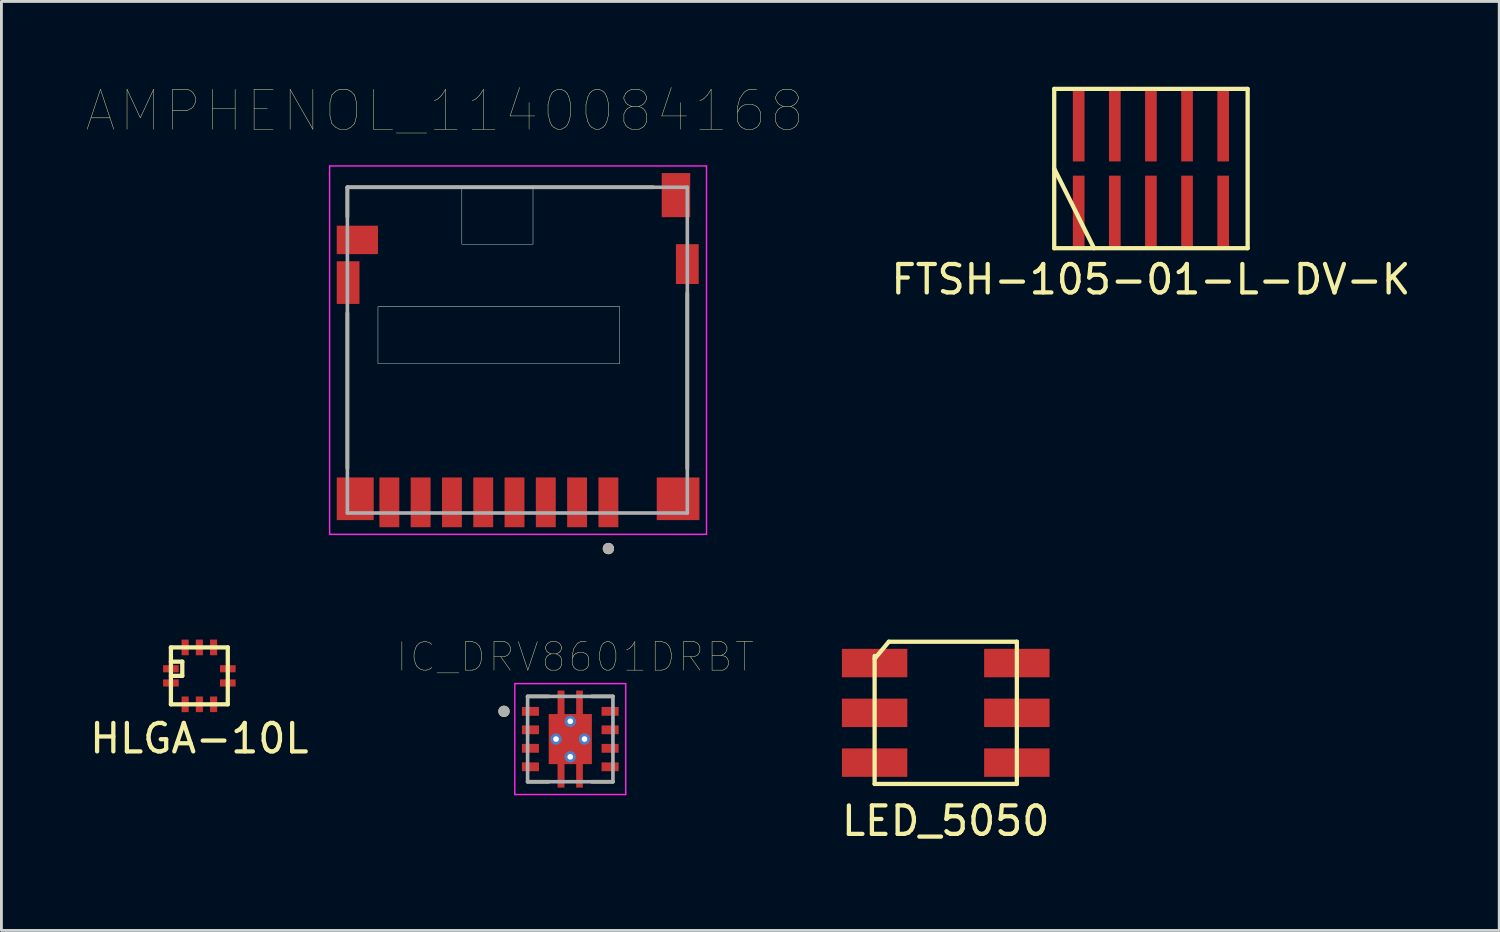
<source format=kicad_pcb>
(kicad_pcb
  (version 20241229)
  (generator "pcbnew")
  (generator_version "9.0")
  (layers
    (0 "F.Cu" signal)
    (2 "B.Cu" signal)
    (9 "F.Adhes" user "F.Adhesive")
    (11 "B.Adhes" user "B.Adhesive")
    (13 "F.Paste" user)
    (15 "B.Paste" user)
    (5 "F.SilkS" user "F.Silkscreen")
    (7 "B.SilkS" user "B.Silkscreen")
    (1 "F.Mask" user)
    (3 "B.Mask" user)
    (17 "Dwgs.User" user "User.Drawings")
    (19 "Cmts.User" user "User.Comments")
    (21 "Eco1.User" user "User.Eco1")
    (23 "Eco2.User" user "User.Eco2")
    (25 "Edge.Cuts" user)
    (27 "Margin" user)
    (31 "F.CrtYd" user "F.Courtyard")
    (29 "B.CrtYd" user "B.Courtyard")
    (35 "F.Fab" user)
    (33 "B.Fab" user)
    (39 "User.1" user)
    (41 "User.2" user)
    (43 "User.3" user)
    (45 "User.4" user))
  (footprint "HLGA-10L"
    (layer "F.Cu")
    (at 3.958 20.709)
    (property "Reference" "HLGA-10L" (at 0 2.2 0) (layer "F.SilkS") (effects (font (size 1 1) (thickness 0.15))))
    (attr through_hole)
    (fp_line (start -1 -1) (end 1 -1) (stroke (width 0.15) (type solid)) (layer "F.SilkS"))
    (fp_line (start -1 -0.5) (end -0.6 -0.5) (stroke (width 0.15) (type solid)) (layer "F.SilkS"))
    (fp_line (start -1 1) (end -1 -1) (stroke (width 0.15) (type solid)) (layer "F.SilkS"))
    (fp_line (start -0.6 -0.5) (end -0.6 0) (stroke (width 0.15) (type solid)) (layer "F.SilkS"))
    (fp_line (start -0.6 0) (end -1 0) (stroke (width 0.15) (type solid)) (layer "F.SilkS"))
    (fp_line (start 1 -1) (end 1 1) (stroke (width 0.15) (type solid)) (layer "F.SilkS"))
    (fp_line (start 1 1) (end -1 1) (stroke (width 0.15) (type solid)) (layer "F.SilkS"))
    (pad "1" smd rect (at -1 -0.25) (size 0.55 0.25) (layers "F.Cu" "F.Mask" "F.Paste"))
    (pad "2" smd rect (at -1 0.25) (size 0.55 0.25) (layers "F.Cu" "F.Mask" "F.Paste"))
    (pad "3" smd rect (at -0.5 1) (size 0.25 0.55) (layers "F.Cu" "F.Mask" "F.Paste"))
    (pad "4" smd rect (at 0 1) (size 0.25 0.55) (layers "F.Cu" "F.Mask" "F.Paste"))
    (pad "5" smd rect (at 0.5 1) (size 0.25 0.55) (layers "F.Cu" "F.Mask" "F.Paste"))
    (pad "6" smd rect (at 1 0.25) (size 0.55 0.25) (layers "F.Cu" "F.Mask" "F.Paste"))
    (pad "7" smd rect (at 1 -0.25) (size 0.55 0.25) (layers "F.Cu" "F.Mask" "F.Paste"))
    (pad "8" smd rect (at 0.5 -1) (size 0.25 0.55) (layers "F.Cu" "F.Mask" "F.Paste"))
    (pad "9" smd rect (at 0 -1) (size 0.25 0.55) (layers "F.Cu" "F.Mask" "F.Paste"))
    (pad "10" smd rect (at -0.5 -1) (size 0.25 0.55) (layers "F.Cu" "F.Mask" "F.Paste")))
  (footprint "FTSH-105-01-L-DV-K"
    (layer "F.Cu")
    (at 37.409 2.875)
    (property "Reference" "FTSH-105-01-L-DV-K" (at 0 3.9 0) (layer "F.SilkS") (effects (font (size 1 1) (thickness 0.15))))
    (attr through_hole)
    (fp_line (start -3.4 -2.8) (end 3.4 -2.8) (stroke (width 0.15) (type solid)) (layer "F.SilkS"))
    (fp_line (start -3.4 2.8) (end -3.4 -2.8) (stroke (width 0.15) (type solid)) (layer "F.SilkS"))
    (fp_line (start -2 2.8) (end -3.4 0) (stroke (width 0.15) (type solid)) (layer "F.SilkS"))
    (fp_line (start 3.4 -2.8) (end 3.4 2.8) (stroke (width 0.15) (type solid)) (layer "F.SilkS"))
    (fp_line (start 3.4 2.8) (end -3.4 2.8) (stroke (width 0.15) (type solid)) (layer "F.SilkS"))
    (pad "1" smd rect (at -2.54 1.5) (size 0.41 2.5) (layers "F.Cu" "F.Mask" "F.Paste"))
    (pad "2" smd rect (at -2.54 -1.5) (size 0.41 2.5) (layers "F.Cu" "F.Mask" "F.Paste"))
    (pad "3" smd rect (at -1.27 1.5) (size 0.41 2.5) (layers "F.Cu" "F.Mask" "F.Paste"))
    (pad "4" smd rect (at -1.27 -1.5) (size 0.41 2.5) (layers "F.Cu" "F.Mask" "F.Paste"))
    (pad "5" smd rect (at 0 1.5) (size 0.41 2.5) (layers "F.Cu" "F.Mask" "F.Paste"))
    (pad "6" smd rect (at 0 -1.5) (size 0.41 2.5) (layers "F.Cu" "F.Mask" "F.Paste"))
    (pad "7" smd rect (at 1.27 1.5) (size 0.41 2.5) (layers "F.Cu" "F.Mask" "F.Paste"))
    (pad "8" smd rect (at 1.27 -1.5) (size 0.41 2.5) (layers "F.Cu" "F.Mask" "F.Paste"))
    (pad "9" smd rect (at 2.54 1.5) (size 0.41 2.5) (layers "F.Cu" "F.Mask" "F.Paste"))
    (pad "10" smd rect (at 2.54 -1.5) (size 0.41 2.5) (layers "F.Cu" "F.Mask" "F.Paste")))
  (footprint "AMPHENOL_1140084168"
    (layer "F.Cu")
    (at 15.137 13.734)
    (property "Reference" "AMPHENOL_1140084168" (at -2.555 -12.889 0) (layer "F.SilkS") (effects (font (size 1.4 1.4) (thickness 0.015))))
    (attr through_hole)
    (fp_line (start -5.975 -10.2) (end -5.975 -9.17) (stroke (width 0.127) (type solid)) (layer "F.SilkS"))
    (fp_line (start -5.975 -5.78) (end -5.975 -0.32) (stroke (width 0.127) (type solid)) (layer "F.SilkS"))
    (fp_line (start 4.78 -10.2) (end -5.975 -10.2) (stroke (width 0.127) (type solid)) (layer "F.SilkS"))
    (fp_line (start 5.975 -0.32) (end 5.975 -6.48) (stroke (width 0.127) (type solid)) (layer "F.SilkS"))
    (fp_circle (center 3.2 2.5) (end 3.3 2.5) (stroke (width 0.2) (type solid)) (fill no) (layer "F.SilkS"))
    (fp_poly (pts (xy -4.9 -6) (xy 3.6 -6) (xy 3.6 -4) (xy -4.9 -4)) (stroke (width 0.01) (type solid)) (fill no) (layer "Dwgs.User"))
    (fp_poly (pts (xy -4.9 -6) (xy 3.6 -6) (xy 3.6 -4) (xy -4.9 -4)) (stroke (width 0.01) (type solid)) (fill no) (layer "Dwgs.User"))
    (fp_poly (pts (xy -1.95 -10.2) (xy 0.55 -10.2) (xy 0.55 -8.2) (xy -1.95 -8.2)) (stroke (width 0.01) (type solid)) (fill no) (layer "Dwgs.User"))
    (fp_poly (pts (xy -1.95 -10.2) (xy 0.55 -10.2) (xy 0.55 -8.2) (xy -1.95 -8.2)) (stroke (width 0.01) (type solid)) (fill no) (layer "Dwgs.User"))
    (fp_line (start -6.6 -10.95) (end -6.6 2) (stroke (width 0.05) (type solid)) (layer "F.CrtYd"))
    (fp_line (start -6.6 2) (end 6.65 2) (stroke (width 0.05) (type solid)) (layer "F.CrtYd"))
    (fp_line (start 6.65 -10.95) (end -6.6 -10.95) (stroke (width 0.05) (type solid)) (layer "F.CrtYd"))
    (fp_line (start 6.65 2) (end 6.65 -10.95) (stroke (width 0.05) (type solid)) (layer "F.CrtYd"))
    (fp_line (start -5.975 -10.2) (end -5.975 1.25) (stroke (width 0.127) (type solid)) (layer "F.Fab"))
    (fp_line (start -5.975 1.25) (end 5.975 1.25) (stroke (width 0.127) (type solid)) (layer "F.Fab"))
    (fp_line (start 5.975 -10.2) (end -5.975 -10.2) (stroke (width 0.127) (type solid)) (layer "F.Fab"))
    (fp_line (start 5.975 1.25) (end 5.975 -10.2) (stroke (width 0.127) (type solid)) (layer "F.Fab"))
    (fp_circle (center 3.2 2.5) (end 3.3 2.5) (stroke (width 0.2) (type solid)) (fill no) (layer "F.Fab"))
    (pad "1" smd rect (at 3.2 0.875) (size 0.7 1.75) (layers "F.Cu" "F.Mask" "F.Paste"))
    (pad "2" smd rect (at 2.1 0.875) (size 0.7 1.75) (layers "F.Cu" "F.Mask" "F.Paste"))
    (pad "3" smd rect (at 1 0.875) (size 0.7 1.75) (layers "F.Cu" "F.Mask" "F.Paste"))
    (pad "4" smd rect (at -0.1 0.875) (size 0.7 1.75) (layers "F.Cu" "F.Mask" "F.Paste"))
    (pad "5" smd rect (at -1.2 0.875) (size 0.7 1.75) (layers "F.Cu" "F.Mask" "F.Paste"))
    (pad "6" smd rect (at -2.3 0.875) (size 0.7 1.75) (layers "F.Cu" "F.Mask" "F.Paste"))
    (pad "7" smd rect (at -3.4 0.875) (size 0.7 1.75) (layers "F.Cu" "F.Mask" "F.Paste"))
    (pad "8" smd rect (at -4.5 0.875) (size 0.7 1.75) (layers "F.Cu" "F.Mask" "F.Paste"))
    (pad "9" smd rect (at 5.575 -9.925) (size 1 1.55) (layers "F.Cu" "F.Mask" "F.Paste"))
    (pad "10" smd rect (at -5.625 -8.35) (size 1.45 1) (layers "F.Cu" "F.Mask" "F.Paste"))
    (pad "S1" smd rect (at 5.65 0.75) (size 1.5 1.5) (layers "F.Cu" "F.Mask" "F.Paste"))
    (pad "S2" smd rect (at -5.7 0.75) (size 1.3 1.5) (layers "F.Cu" "F.Mask" "F.Paste"))
    (pad "S3" smd rect (at 5.975 -7.5) (size 0.8 1.4) (layers "F.Cu" "F.Mask" "F.Paste"))
    (pad "S4" smd rect (at -5.95 -6.85) (size 0.8 1.5) (layers "F.Cu" "F.Mask" "F.Paste")))
  (footprint "LED_5050"
    (layer "F.Cu")
    (at 30.196 22.009)
    (property "Reference" "LED_5050" (at 0 3.8 0) (layer "F.SilkS") (effects (font (size 1 1) (thickness 0.15))))
    (attr through_hole)
    (fp_line (start -2.5 2.5) (end -2.5 -2) (stroke (width 0.15) (type solid)) (layer "F.SilkS"))
    (fp_line (start -2 -2.5) (end -2.5 -1.9) (stroke (width 0.15) (type solid)) (layer "F.SilkS"))
    (fp_line (start -2 -2.5) (end 2.5 -2.5) (stroke (width 0.15) (type solid)) (layer "F.SilkS"))
    (fp_line (start 2.5 -2.5) (end 2.5 2.5) (stroke (width 0.15) (type solid)) (layer "F.SilkS"))
    (fp_line (start 2.5 2.5) (end -2.5 2.5) (stroke (width 0.15) (type solid)) (layer "F.SilkS"))
    (pad "1" smd rect (at -2.5 -1.75) (size 2.3 1) (layers "F.Cu" "F.Mask" "F.Paste"))
    (pad "2" smd rect (at -2.5 0) (size 2.3 1) (layers "F.Cu" "F.Mask" "F.Paste"))
    (pad "3" smd rect (at -2.5 1.75) (size 2.3 1) (layers "F.Cu" "F.Mask" "F.Paste"))
    (pad "4" smd rect (at 2.5 1.75) (size 2.3 1) (layers "F.Cu" "F.Mask" "F.Paste"))
    (pad "5" smd rect (at 2.5 0) (size 2.3 1) (layers "F.Cu" "F.Mask" "F.Paste"))
    (pad "6" smd rect (at 2.5 -1.75) (size 2.3 1) (layers "F.Cu" "F.Mask" "F.Paste")))
  (footprint "IC_DRV8601DRBT"
    (layer "F.Cu")
    (at 16.997 22.931)
    (property "Reference" "IC_DRV8601DRBT" (at 0.175 -2.885 0) (layer "F.SilkS") (effects (font (size 1 1) (thickness 0.015))))
    (attr through_hole)
    (fp_poly (pts (xy -0.75 -0.875) (xy -0.44 -0.875) (xy -0.44 -1.7) (xy -0.21 -1.7) (xy -0.21 -0.875) (xy 0.21 -0.875) (xy 0.21 -1.7) (xy 0.44 -1.7) (xy 0.44 -0.875) (xy 0.75 -0.875) (xy 0.75 0.875) (xy 0.44 0.875) (xy 0.44 1.7) (xy 0.21 1.7) (xy 0.21 0.875) (xy -0.21 0.875) (xy -0.21 1.7) (xy -0.44 1.7) (xy -0.44 0.875) (xy -0.75 0.875)) (stroke (width 0.01) (type solid)) (fill yes) (layer "F.Cu"))
    (fp_poly (pts (xy -1.77 -1.2) (xy -1.03 -1.2) (xy -1.03 -0.75) (xy -1.77 -0.75)) (stroke (width 0.01) (type solid)) (fill yes) (layer "F.Mask"))
    (fp_poly (pts (xy -1.77 -0.55) (xy -1.03 -0.55) (xy -1.03 -0.1) (xy -1.77 -0.1)) (stroke (width 0.01) (type solid)) (fill yes) (layer "F.Mask"))
    (fp_poly (pts (xy -1.77 0.1) (xy -1.03 0.1) (xy -1.03 0.55) (xy -1.77 0.55)) (stroke (width 0.01) (type solid)) (fill yes) (layer "F.Mask"))
    (fp_poly (pts (xy -1.77 0.75) (xy -1.03 0.75) (xy -1.03 1.2) (xy -1.77 1.2)) (stroke (width 0.01) (type solid)) (fill yes) (layer "F.Mask"))
    (fp_poly (pts (xy 1.03 -1.2) (xy 1.77 -1.2) (xy 1.77 -0.75) (xy 1.03 -0.75)) (stroke (width 0.01) (type solid)) (fill yes) (layer "F.Mask"))
    (fp_poly (pts (xy 1.03 -0.55) (xy 1.77 -0.55) (xy 1.77 -0.1) (xy 1.03 -0.1)) (stroke (width 0.01) (type solid)) (fill yes) (layer "F.Mask"))
    (fp_poly (pts (xy 1.03 0.1) (xy 1.77 0.1) (xy 1.77 0.55) (xy 1.03 0.55)) (stroke (width 0.01) (type solid)) (fill yes) (layer "F.Mask"))
    (fp_poly (pts (xy 1.03 0.75) (xy 1.77 0.75) (xy 1.77 1.2) (xy 1.03 1.2)) (stroke (width 0.01) (type solid)) (fill yes) (layer "F.Mask"))
    (fp_poly (pts (xy -0.82 -0.945) (xy -0.51 -0.945) (xy -0.51 -1.77) (xy -0.14 -1.77) (xy -0.14 -0.945) (xy 0.14 -0.945) (xy 0.14 -1.77) (xy 0.51 -1.77) (xy 0.51 -0.945) (xy 0.82 -0.945) (xy 0.82 0.945) (xy 0.51 0.945) (xy 0.51 1.77) (xy 0.14 1.77) (xy 0.14 0.945) (xy -0.14 0.945) (xy -0.14 1.77) (xy -0.51 1.77) (xy -0.51 0.945) (xy -0.82 0.945)) (stroke (width 0.01) (type solid)) (fill yes) (layer "F.Mask"))
    (fp_line (start -1.5 -1.5) (end -0.76 -1.5) (stroke (width 0.127) (type solid)) (layer "F.SilkS"))
    (fp_line (start -1.5 1.5) (end -0.76 1.5) (stroke (width 0.127) (type solid)) (layer "F.SilkS"))
    (fp_line (start 0.76 -1.5) (end 1.5 -1.5) (stroke (width 0.127) (type solid)) (layer "F.SilkS"))
    (fp_line (start 0.76 1.5) (end 1.5 1.5) (stroke (width 0.127) (type solid)) (layer "F.SilkS"))
    (fp_circle (center -2.33 -0.975) (end -2.23 -0.975) (stroke (width 0.2) (type solid)) (fill no) (layer "F.SilkS"))
    (fp_poly (pts (xy -0.67 -0.775) (xy 0.67 -0.775) (xy 0.67 0.775) (xy -0.67 0.775)) (stroke (width 0.01) (type solid)) (fill yes) (layer "F.Paste"))
    (fp_poly (pts (xy -0.44 -1.7) (xy -0.21 -1.7) (xy -0.21 -0.975) (xy -0.44 -0.975)) (stroke (width 0.01) (type solid)) (fill yes) (layer "F.Paste"))
    (fp_poly (pts (xy -0.21 1.7) (xy -0.44 1.7) (xy -0.44 0.975) (xy -0.21 0.975)) (stroke (width 0.01) (type solid)) (fill yes) (layer "F.Paste"))
    (fp_poly (pts (xy 0.21 -1.7) (xy 0.44 -1.7) (xy 0.44 -0.975) (xy 0.21 -0.975)) (stroke (width 0.01) (type solid)) (fill yes) (layer "F.Paste"))
    (fp_poly (pts (xy 0.44 1.7) (xy 0.21 1.7) (xy 0.21 0.975) (xy 0.44 0.975)) (stroke (width 0.01) (type solid)) (fill yes) (layer "F.Paste"))
    (fp_line (start -1.95 -1.95) (end -1.95 1.95) (stroke (width 0.05) (type solid)) (layer "F.CrtYd"))
    (fp_line (start -1.95 -1.95) (end 1.95 -1.95) (stroke (width 0.05) (type solid)) (layer "F.CrtYd"))
    (fp_line (start -1.95 1.95) (end 1.95 1.95) (stroke (width 0.05) (type solid)) (layer "F.CrtYd"))
    (fp_line (start 1.95 -1.95) (end 1.95 1.95) (stroke (width 0.05) (type solid)) (layer "F.CrtYd"))
    (fp_line (start -1.5 -1.5) (end -1.5 1.5) (stroke (width 0.127) (type solid)) (layer "F.Fab"))
    (fp_line (start -1.5 -1.5) (end 1.5 -1.5) (stroke (width 0.127) (type solid)) (layer "F.Fab"))
    (fp_line (start -1.5 1.5) (end 1.5 1.5) (stroke (width 0.127) (type solid)) (layer "F.Fab"))
    (fp_line (start 1.5 -1.5) (end 1.5 1.5) (stroke (width 0.127) (type solid)) (layer "F.Fab"))
    (fp_circle (center -2.33 -0.975) (end -2.23 -0.975) (stroke (width 0.2) (type solid)) (fill no) (layer "F.Fab"))
    (pad "1" smd rect (at -1.4 -0.975) (size 0.6 0.31) (layers "F.Cu" "F.Paste"))
    (pad "2" smd rect (at -1.4 -0.325) (size 0.6 0.31) (layers "F.Cu" "F.Paste"))
    (pad "3" smd rect (at -1.4 0.325) (size 0.6 0.31) (layers "F.Cu" "F.Paste"))
    (pad "4" smd rect (at -1.4 0.975) (size 0.6 0.31) (layers "F.Cu" "F.Paste"))
    (pad "5" smd rect (at 1.4 0.975) (size 0.6 0.31) (layers "F.Cu" "F.Paste"))
    (pad "6" smd rect (at 1.4 0.325) (size 0.6 0.31) (layers "F.Cu" "F.Paste"))
    (pad "7" smd rect (at 1.4 -0.325) (size 0.6 0.31) (layers "F.Cu" "F.Paste"))
    (pad "8" smd rect (at 1.4 -0.975) (size 0.6 0.31) (layers "F.Cu" "F.Paste"))
    (pad "9" smd rect (at 0 0) (size 1.5 1.75) (layers "F.Cu"))
    (pad "10" thru_hole circle (at 0 -0.625) (size 0.4 0.4) (drill 0.2) (layers "*.Cu"))
    (pad "11" thru_hole circle (at 0.5 0) (size 0.4 0.4) (drill 0.2) (layers "*.Cu"))
    (pad "12" thru_hole circle (at -0.5 0) (size 0.4 0.4) (drill 0.2) (layers "*.Cu"))
    (pad "13" thru_hole circle (at 0 0.625) (size 0.4 0.4) (drill 0.2) (layers "*.Cu")))
  (gr_rect
    (start -3 -3)
    (end 49.653 29.658)
    (stroke (width 0.1) (type default))
    (fill no)
    (layer "Edge.Cuts")))
</source>
